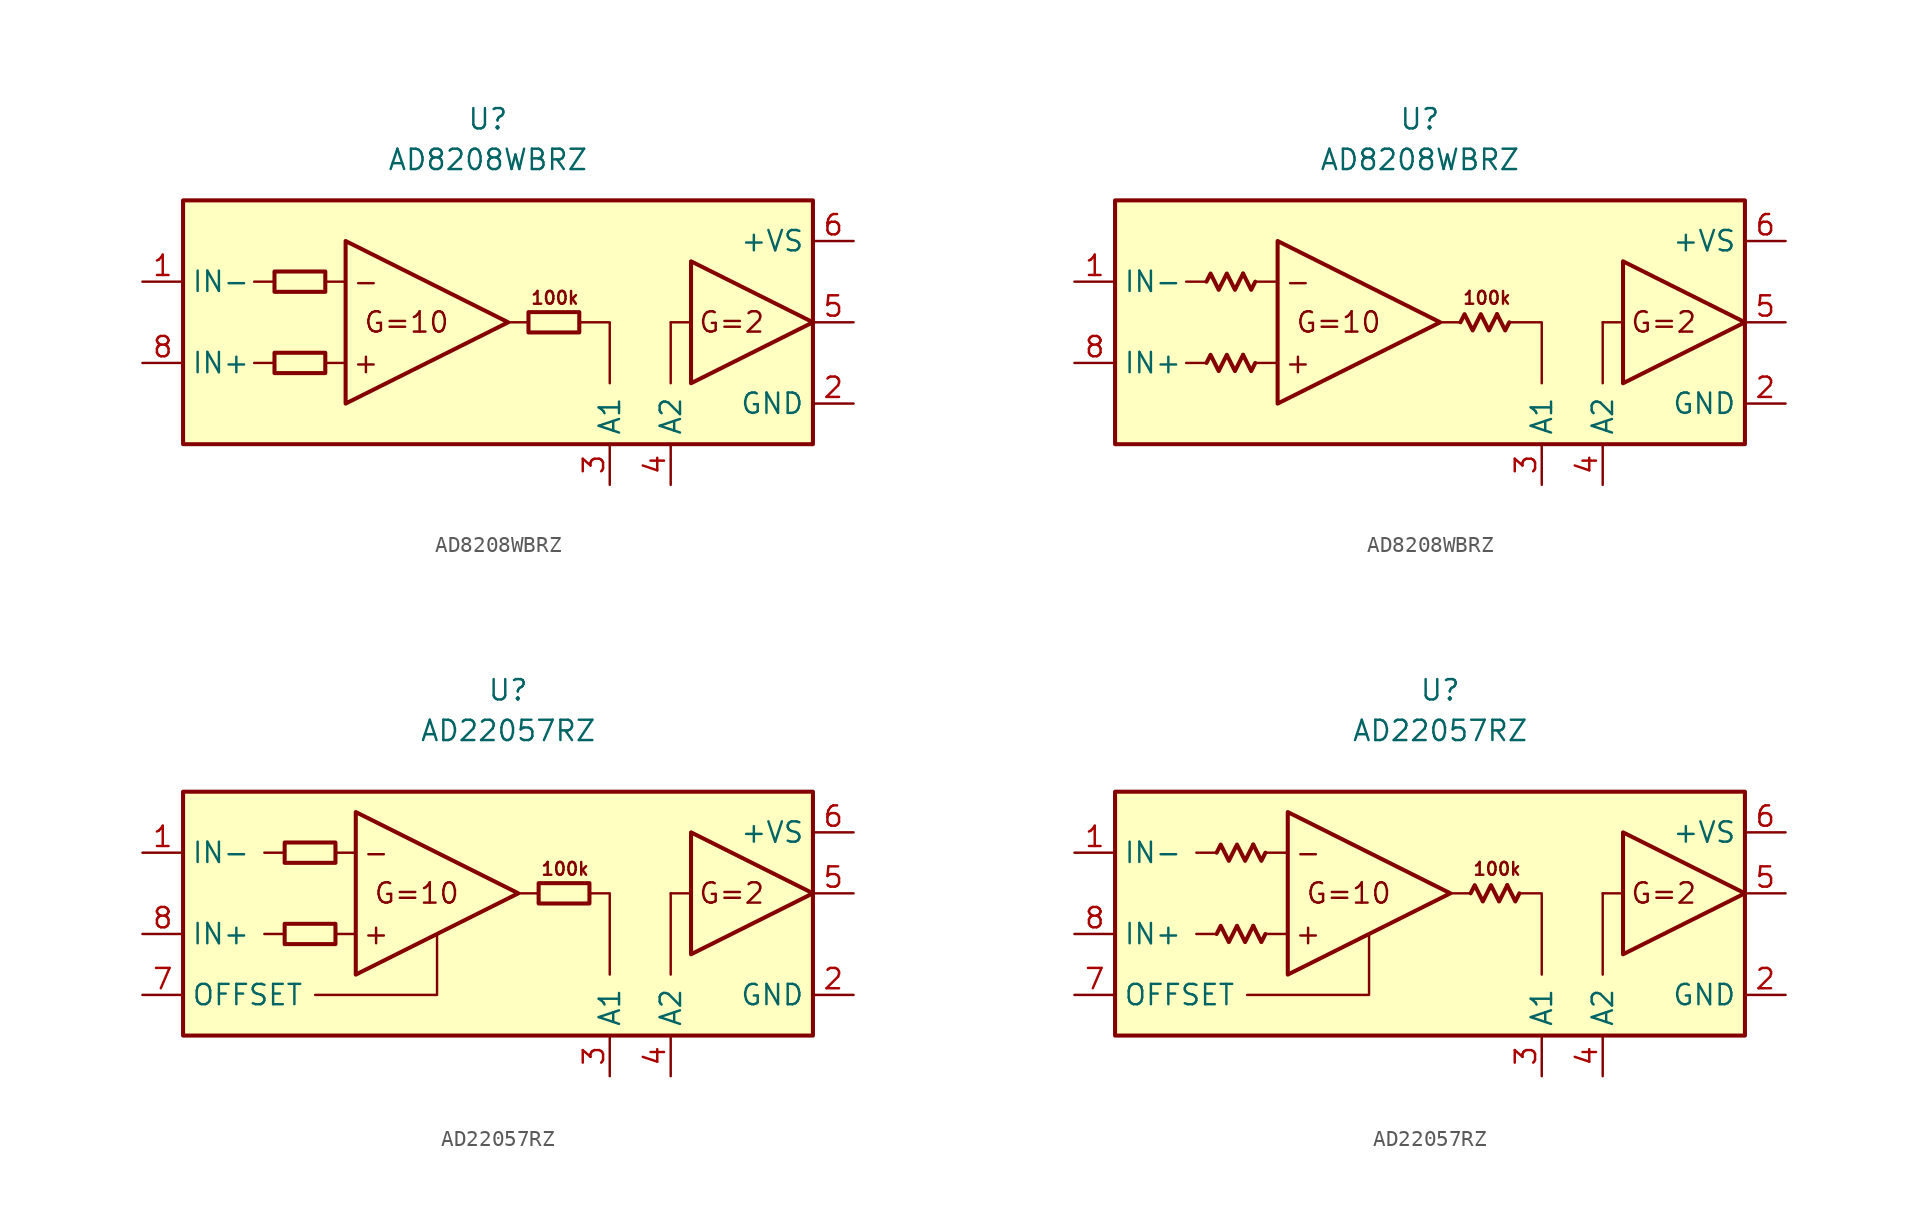
<source format=kicad_sym>
(kicad_symbol_lib
  (version 20231120)
  (generator "kicad_symbol_editor")
  (generator_version "8.0")
  (symbol "AD8208WBRZ"
    (property "Reference" "U"
      (at 0 15.24 0)
      (effects (font (size 1.27 1.27))))
    (property "Value" "AD8208WBRZ"
      (at 0 12.7 0)
      (effects (font (size 1.27 1.27))))
    (symbol "AD8208WBRZ_0_0"
      (rectangle (start -19.05 10.16) (end 20.32 -5.08) (stroke (width 0.254) (type default)) (fill (type background)))
      (polyline (pts (xy -13.335 0) (xy -14.605 0)) (stroke (width 0.152) (type default)) (fill (type none)))
      (polyline (pts (xy -13.335 5.08) (xy -14.605 5.08)) (stroke (width 0.152) (type default)) (fill (type none)))
      (polyline (pts (xy -8.89 0) (xy -10.16 0)) (stroke (width 0.152) (type default)) (fill (type none)))
      (polyline (pts (xy -8.89 5.08) (xy -10.16 5.08)) (stroke (width 0.152) (type default)) (fill (type none)))
      (polyline (pts (xy 2.54 2.54) (xy 1.27 2.54)) (stroke (width 0.152) (type default)) (fill (type none)))
      (polyline (pts (xy 11.43 2.54) (xy 11.43 -1.27)) (stroke (width 0.152) (type default)) (fill (type none)))
      (polyline (pts (xy 12.7 2.54) (xy 11.43 2.54)) (stroke (width 0.152) (type default)) (fill (type none)))
      (polyline (pts (xy 5.715 2.54) (xy 7.62 2.54) (xy 7.62 -1.27)) (stroke (width 0.152) (type default)) (fill (type none)))
      (polyline (pts (xy -8.89 7.62) (xy -8.89 -2.54) (xy 1.27 2.54) (xy -8.89 7.62)) (stroke (width 0.254) (type default)) (fill (type none)))
      (polyline (pts (xy 12.7 6.35) (xy 12.7 -1.27) (xy 20.32 2.54) (xy 12.7 6.35)) (stroke (width 0.254) (type default)) (fill (type none)))
      (text "+" (at -7.62 0 0) (effects (font (size 1.27 1.27))))
      (text "-" (at -7.62 5.08 0) (effects (font (size 1.27 1.27))))
      (text "100k" (at 4.191 4.064 0) (effects (font (size 0.8 0.8))))
      (text "G=10" (at -5.08 2.54 0) (effects (font (size 1.27 1.27))))
      (text "G=2" (at 15.24 2.54 0) (effects (font (size 1.27 1.27)))))
    (symbol "AD8208WBRZ_0_1"
      (rectangle (start -13.335 0.635) (end -10.16 -0.635) (stroke (width 0.254) (type default)) (fill (type none)))
      (rectangle (start -13.335 5.715) (end -10.16 4.445) (stroke (width 0.254) (type default)) (fill (type none)))
      (rectangle (start 2.54 3.175) (end 5.715 1.905) (stroke (width 0.254) (type default)) (fill (type none))))
    (symbol "AD8208WBRZ_0_2"
      (polyline (pts (xy -11.049 0.508) (xy -10.541 -0.508) (xy -10.287 0)) (stroke (width 0.254) (type default)) (fill (type none)))
      (polyline (pts (xy -11.049 5.588) (xy -10.541 4.572) (xy -10.287 5.08)) (stroke (width 0.254) (type default)) (fill (type none)))
      (polyline (pts (xy 4.826 3.048) (xy 5.334 2.032) (xy 5.588 2.54)) (stroke (width 0.254) (type default)) (fill (type none)))
      (polyline (pts (xy -13.335 0) (xy -13.081 0.508) (xy -12.573 -0.508) (xy -12.065 0.508) (xy -11.557 -0.508) (xy -11.049 0.508)) (stroke (width 0.254) (type default)) (fill (type none)))
      (polyline (pts (xy -13.335 5.08) (xy -13.081 5.588) (xy -12.573 4.572) (xy -12.065 5.588) (xy -11.557 4.572) (xy -11.049 5.588)) (stroke (width 0.254) (type default)) (fill (type none)))
      (polyline (pts (xy 2.54 2.54) (xy 2.794 3.048) (xy 3.302 2.032) (xy 3.81 3.048) (xy 4.318 2.032) (xy 4.826 3.048)) (stroke (width 0.254) (type default)) (fill (type none))))
    (symbol "AD8208WBRZ_1_1"
      (pin input line (at -21.59 5.08 0) (length 2.54) (name "IN-" (effects (font (size 1.27 1.27)))) (number "1" (effects (font (size 1.27 1.27)))))
      (pin power_in line (at 22.86 -2.54 180) (length 2.54) (name "GND" (effects (font (size 1.27 1.27)))) (number "2" (effects (font (size 1.27 1.27)))))
      (pin passive line (at 7.62 -7.62 90) (length 2.54) (name "A1" (effects (font (size 1.27 1.27)))) (number "3" (effects (font (size 1.27 1.27)))))
      (pin passive line (at 11.43 -7.62 90) (length 2.54) (name "A2" (effects (font (size 1.27 1.27)))) (number "4" (effects (font (size 1.27 1.27)))))
      (pin output line (at 22.86 2.54 180) (length 2.54) (name "~" (effects (font (size 1.27 1.27)))) (number "5" (effects (font (size 1.27 1.27)))))
      (pin power_in line (at 22.86 7.62 180) (length 2.54) (name "+VS" (effects (font (size 1.27 1.27)))) (number "6" (effects (font (size 1.27 1.27)))))
      (pin free line (at 3.81 -3.81 0) (length 2.54) hide (name "NC" (effects (font (size 1.27 1.27)))) (number "7" (effects (font (size 1.27 1.27)))))
      (pin input line (at -21.59 0 0) (length 2.54) (name "IN+" (effects (font (size 1.27 1.27)))) (number "8" (effects (font (size 1.27 1.27))))))
    (symbol "AD8208WBRZ_1_2"
      (pin input line (at -21.59 5.08 0) (length 2.54) (name "IN-" (effects (font (size 1.27 1.27)))) (number "1" (effects (font (size 1.27 1.27)))))
      (pin power_in line (at 22.86 -2.54 180) (length 2.54) (name "GND" (effects (font (size 1.27 1.27)))) (number "2" (effects (font (size 1.27 1.27)))))
      (pin passive line (at 7.62 -7.62 90) (length 2.54) (name "A1" (effects (font (size 1.27 1.27)))) (number "3" (effects (font (size 1.27 1.27)))))
      (pin passive line (at 11.43 -7.62 90) (length 2.54) (name "A2" (effects (font (size 1.27 1.27)))) (number "4" (effects (font (size 1.27 1.27)))))
      (pin output line (at 22.86 2.54 180) (length 2.54) (name "~" (effects (font (size 1.27 1.27)))) (number "5" (effects (font (size 1.27 1.27)))))
      (pin power_in line (at 22.86 7.62 180) (length 2.54) (name "+VS" (effects (font (size 1.27 1.27)))) (number "6" (effects (font (size 1.27 1.27)))))
      (pin free line (at 3.81 -3.81 0) (length 2.54) hide (name "NC" (effects (font (size 1.27 1.27)))) (number "7" (effects (font (size 1.27 1.27)))))
      (pin input line (at -21.59 0 0) (length 2.54) (name "IN+" (effects (font (size 1.27 1.27)))) (number "8" (effects (font (size 1.27 1.27)))))))
  (symbol "AD22057RZ"
    (property "Reference" "U"
      (at 0 15.24 0)
      (effects (font (size 1.27 1.27))))
    (property "Value" "AD22057RZ"
      (at 0 12.7 0)
      (effects (font (size 1.27 1.27))))
    (symbol "AD22057RZ_0_0"
      (rectangle (start -20.32 8.89) (end 19.05 -6.35) (stroke (width 0.254) (type default)) (fill (type background)))
      (polyline (pts (xy -13.97 0) (xy -15.24 0)) (stroke (width 0.152) (type default)) (fill (type none)))
      (polyline (pts (xy -13.97 5.08) (xy -15.24 5.08)) (stroke (width 0.152) (type default)) (fill (type none)))
      (polyline (pts (xy -9.525 0) (xy -10.795 0)) (stroke (width 0.152) (type default)) (fill (type none)))
      (polyline (pts (xy -9.525 5.08) (xy -10.795 5.08)) (stroke (width 0.152) (type default)) (fill (type none)))
      (polyline (pts (xy 1.905 2.54) (xy 0.635 2.54)) (stroke (width 0.152) (type default)) (fill (type none)))
      (polyline (pts (xy 10.16 2.54) (xy 10.16 -2.54)) (stroke (width 0.152) (type default)) (fill (type none)))
      (polyline (pts (xy 11.43 2.54) (xy 10.16 2.54)) (stroke (width 0.152) (type default)) (fill (type none)))
      (polyline (pts (xy -4.445 0) (xy -4.445 -3.81) (xy -12.065 -3.81)) (stroke (width 0.152) (type default)) (fill (type none)))
      (polyline (pts (xy 5.08 2.54) (xy 6.35 2.54) (xy 6.35 -2.54)) (stroke (width 0.152) (type default)) (fill (type none)))
      (polyline (pts (xy -9.525 7.62) (xy -9.525 -2.54) (xy 0.635 2.54) (xy -9.525 7.62)) (stroke (width 0.254) (type default)) (fill (type none)))
      (polyline (pts (xy 11.43 6.35) (xy 11.43 -1.27) (xy 19.05 2.54) (xy 11.43 6.35)) (stroke (width 0.254) (type default)) (fill (type none)))
      (text "+" (at -8.255 0 0) (effects (font (size 1.27 1.27))))
      (text "-" (at -8.255 5.08 0) (effects (font (size 1.27 1.27))))
      (text "100k" (at 3.556 4.064 0) (effects (font (size 0.8 0.8))))
      (text "G=10" (at -5.715 2.54 0) (effects (font (size 1.27 1.27))))
      (text "G=2" (at 13.97 2.54 0) (effects (font (size 1.27 1.27)))))
    (symbol "AD22057RZ_0_1"
      (rectangle (start -13.97 0.635) (end -10.795 -0.635) (stroke (width 0.254) (type default)) (fill (type none)))
      (rectangle (start -13.97 5.715) (end -10.795 4.445) (stroke (width 0.254) (type default)) (fill (type none)))
      (rectangle (start 1.905 3.175) (end 5.08 1.905) (stroke (width 0.254) (type default)) (fill (type none))))
    (symbol "AD22057RZ_0_2"
      (polyline (pts (xy -11.684 0.508) (xy -11.176 -0.508) (xy -10.922 0)) (stroke (width 0.254) (type default)) (fill (type none)))
      (polyline (pts (xy -11.684 5.588) (xy -11.176 4.572) (xy -10.922 5.08)) (stroke (width 0.254) (type default)) (fill (type none)))
      (polyline (pts (xy 4.191 3.048) (xy 4.699 2.032) (xy 4.953 2.54)) (stroke (width 0.254) (type default)) (fill (type none)))
      (polyline (pts (xy -13.97 0) (xy -13.716 0.508) (xy -13.208 -0.508) (xy -12.7 0.508) (xy -12.192 -0.508) (xy -11.684 0.508)) (stroke (width 0.254) (type default)) (fill (type none)))
      (polyline (pts (xy -13.97 5.08) (xy -13.716 5.588) (xy -13.208 4.572) (xy -12.7 5.588) (xy -12.192 4.572) (xy -11.684 5.588)) (stroke (width 0.254) (type default)) (fill (type none)))
      (polyline (pts (xy 1.905 2.54) (xy 2.159 3.048) (xy 2.667 2.032) (xy 3.175 3.048) (xy 3.683 2.032) (xy 4.191 3.048)) (stroke (width 0.254) (type default)) (fill (type none))))
    (symbol "AD22057RZ_1_1"
      (pin input line (at -22.86 5.08 0) (length 2.54) (name "IN-" (effects (font (size 1.27 1.27)))) (number "1" (effects (font (size 1.27 1.27)))))
      (pin power_in line (at 21.59 -3.81 180) (length 2.54) (name "GND" (effects (font (size 1.27 1.27)))) (number "2" (effects (font (size 1.27 1.27)))))
      (pin passive line (at 6.35 -8.89 90) (length 2.54) (name "A1" (effects (font (size 1.27 1.27)))) (number "3" (effects (font (size 1.27 1.27)))))
      (pin passive line (at 10.16 -8.89 90) (length 2.54) (name "A2" (effects (font (size 1.27 1.27)))) (number "4" (effects (font (size 1.27 1.27)))))
      (pin output line (at 21.59 2.54 180) (length 2.54) (name "~" (effects (font (size 1.27 1.27)))) (number "5" (effects (font (size 1.27 1.27)))))
      (pin power_in line (at 21.59 6.35 180) (length 2.54) (name "+VS" (effects (font (size 1.27 1.27)))) (number "6" (effects (font (size 1.27 1.27)))))
      (pin input line (at -22.86 -3.81 0) (length 2.54) (name "OFFSET" (effects (font (size 1.27 1.27)))) (number "7" (effects (font (size 1.27 1.27)))))
      (pin input line (at -22.86 0 0) (length 2.54) (name "IN+" (effects (font (size 1.27 1.27)))) (number "8" (effects (font (size 1.27 1.27))))))
    (symbol "AD22057RZ_1_2"
      (pin input line (at -22.86 5.08 0) (length 2.54) (name "IN-" (effects (font (size 1.27 1.27)))) (number "1" (effects (font (size 1.27 1.27)))))
      (pin power_in line (at 21.59 -3.81 180) (length 2.54) (name "GND" (effects (font (size 1.27 1.27)))) (number "2" (effects (font (size 1.27 1.27)))))
      (pin passive line (at 6.35 -8.89 90) (length 2.54) (name "A1" (effects (font (size 1.27 1.27)))) (number "3" (effects (font (size 1.27 1.27)))))
      (pin passive line (at 10.16 -8.89 90) (length 2.54) (name "A2" (effects (font (size 1.27 1.27)))) (number "4" (effects (font (size 1.27 1.27)))))
      (pin output line (at 21.59 2.54 180) (length 2.54) (name "~" (effects (font (size 1.27 1.27)))) (number "5" (effects (font (size 1.27 1.27)))))
      (pin power_in line (at 21.59 6.35 180) (length 2.54) (name "+VS" (effects (font (size 1.27 1.27)))) (number "6" (effects (font (size 1.27 1.27)))))
      (pin input line (at -22.86 -3.81 0) (length 2.54) (name "OFFSET" (effects (font (size 1.27 1.27)))) (number "7" (effects (font (size 1.27 1.27)))))
      (pin input line (at -22.86 0 0) (length 2.54) (name "IN+" (effects (font (size 1.27 1.27)))) (number "8" (effects (font (size 1.27 1.27))))))))
</source>
